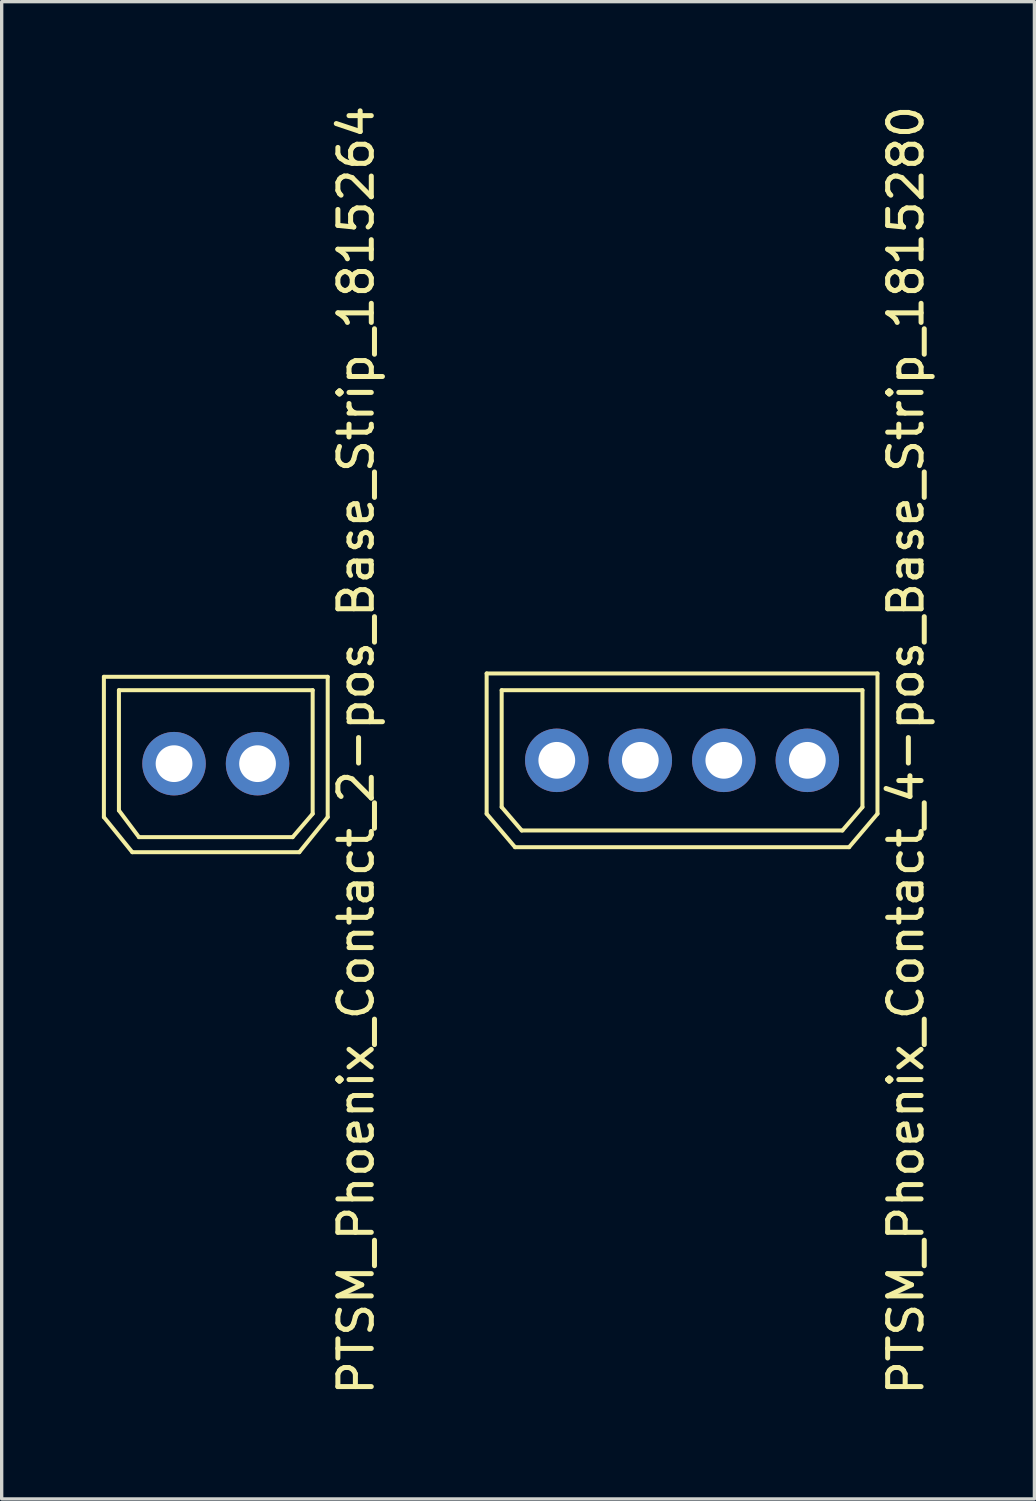
<source format=kicad_pcb>
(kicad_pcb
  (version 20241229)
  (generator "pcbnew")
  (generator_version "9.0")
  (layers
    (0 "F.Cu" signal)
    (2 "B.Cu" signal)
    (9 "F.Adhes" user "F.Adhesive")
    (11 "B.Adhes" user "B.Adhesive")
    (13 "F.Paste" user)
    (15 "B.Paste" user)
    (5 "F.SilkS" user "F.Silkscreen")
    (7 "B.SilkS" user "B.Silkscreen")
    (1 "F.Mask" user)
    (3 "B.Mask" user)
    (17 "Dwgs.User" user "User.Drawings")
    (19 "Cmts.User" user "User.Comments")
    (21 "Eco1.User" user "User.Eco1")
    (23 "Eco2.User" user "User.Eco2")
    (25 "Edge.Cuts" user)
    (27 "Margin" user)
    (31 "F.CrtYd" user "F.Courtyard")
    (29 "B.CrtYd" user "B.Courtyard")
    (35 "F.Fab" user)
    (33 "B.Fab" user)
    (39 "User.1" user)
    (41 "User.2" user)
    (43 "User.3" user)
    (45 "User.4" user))
  (footprint "PTSM_Phoenix_Contact_2-pos_Base_Strip_1815264"
    (layer "F.Cu")
    (at 3.41 19.811)
    (property "Reference" "PTSM_Phoenix_Contact_2-pos_Base_Strip_1815264" (at 4.2 -0.4 90) (layer "F.SilkS") (effects (font (size 1 1) (thickness 0.15))))
    (attr through_hole)
    (fp_line (start -3.35 -2.6) (end -3.35 1.6) (stroke (width 0.12) (type solid)) (layer "F.SilkS"))
    (fp_line (start -3.35 -2.6) (end 3.35 -2.6) (stroke (width 0.12) (type solid)) (layer "F.SilkS"))
    (fp_line (start -2.9 -2.2) (end -2.9 1.4) (stroke (width 0.12) (type solid)) (layer "F.SilkS"))
    (fp_line (start -2.9 1.4) (end -2.3 2.2) (stroke (width 0.12) (type solid)) (layer "F.SilkS"))
    (fp_line (start -2.5 2.65) (end -3.35 1.6) (stroke (width 0.12) (type solid)) (layer "F.SilkS"))
    (fp_line (start -2.5 2.65) (end 2.5 2.65) (stroke (width 0.12) (type solid)) (layer "F.SilkS"))
    (fp_line (start -2.3 2.2) (end 2.3 2.2) (stroke (width 0.12) (type solid)) (layer "F.SilkS"))
    (fp_line (start 2.3 2.2) (end 2.9 1.5) (stroke (width 0.12) (type solid)) (layer "F.SilkS"))
    (fp_line (start 2.9 -2.2) (end -2.9 -2.2) (stroke (width 0.12) (type solid)) (layer "F.SilkS"))
    (fp_line (start 2.9 1.5) (end 2.9 -2.2) (stroke (width 0.12) (type solid)) (layer "F.SilkS"))
    (fp_line (start 3.35 -2.6) (end 3.35 1.6) (stroke (width 0.12) (type solid)) (layer "F.SilkS"))
    (fp_line (start 3.35 1.6) (end 2.5 2.65) (stroke (width 0.12) (type solid)) (layer "F.SilkS"))
    (pad "1" thru_hole circle (at -1.25 0) (size 1.9 1.9) (drill 1.1) (layers "*.Cu" "*.Mask"))
    (pad "2" thru_hole circle (at 1.25 0) (size 1.9 1.9) (drill 1.1) (layers "*.Cu" "*.Mask")))
  (footprint "PTSM_Phoenix_Contact_4-pos_Base_Strip_1815280"
    (layer "F.Cu")
    (at 17.368 19.711)
    (property "Reference" "PTSM_Phoenix_Contact_4-pos_Base_Strip_1815280" (at 6.7 -0.3 90) (layer "F.SilkS") (effects (font (size 1 1) (thickness 0.15))))
    (attr through_hole)
    (fp_line (start -5.85 -2.6) (end -5.85 1.6) (stroke (width 0.12) (type solid)) (layer "F.SilkS"))
    (fp_line (start -5.85 -2.6) (end 5.85 -2.6) (stroke (width 0.12) (type solid)) (layer "F.SilkS"))
    (fp_line (start -5.4 -2.1) (end -5.4 1.4) (stroke (width 0.12) (type solid)) (layer "F.SilkS"))
    (fp_line (start -5.4 1.4) (end -4.8 2.1) (stroke (width 0.12) (type solid)) (layer "F.SilkS"))
    (fp_line (start -5 2.6) (end -5.85 1.6) (stroke (width 0.12) (type solid)) (layer "F.SilkS"))
    (fp_line (start -5 2.6) (end 5 2.6) (stroke (width 0.12) (type solid)) (layer "F.SilkS"))
    (fp_line (start -4.8 2.1) (end 4.8 2.1) (stroke (width 0.12) (type solid)) (layer "F.SilkS"))
    (fp_line (start 4.8 2.1) (end 5.4 1.4) (stroke (width 0.12) (type solid)) (layer "F.SilkS"))
    (fp_line (start 5.4 -2.1) (end -5.4 -2.1) (stroke (width 0.12) (type solid)) (layer "F.SilkS"))
    (fp_line (start 5.4 1.4) (end 5.4 -2.1) (stroke (width 0.12) (type solid)) (layer "F.SilkS"))
    (fp_line (start 5.85 -2.6) (end 5.85 1.6) (stroke (width 0.12) (type solid)) (layer "F.SilkS"))
    (fp_line (start 5.85 1.6) (end 5 2.6) (stroke (width 0.12) (type solid)) (layer "F.SilkS"))
    (pad "1" thru_hole circle (at -3.75 0) (size 1.9 1.9) (drill 1.1) (layers "*.Cu" "*.Mask"))
    (pad "2" thru_hole circle (at -1.25 0) (size 1.9 1.9) (drill 1.1) (layers "*.Cu" "*.Mask"))
    (pad "3" thru_hole circle (at 1.25 0) (size 1.9 1.9) (drill 1.1) (layers "*.Cu" "*.Mask"))
    (pad "4" thru_hole circle (at 3.75 0) (size 1.9 1.9) (drill 1.1) (layers "*.Cu" "*.Mask")))
  (gr_rect
    (start -3 -3)
    (end 27.916 41.821)
    (stroke (width 0.1) (type default))
    (fill no)
    (layer "Edge.Cuts")))
</source>
